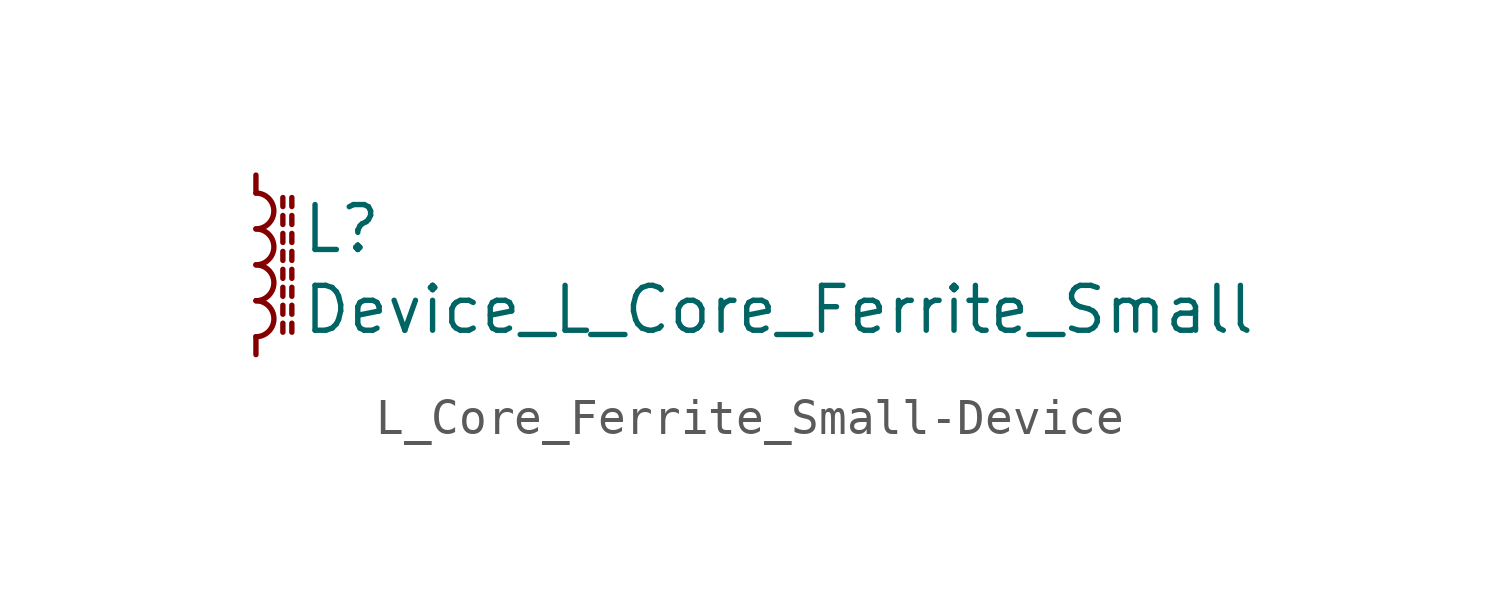
<source format=kicad_sym>
(kicad_symbol_lib
  (version 20220914)
  (generator kicad_symbol_editor)
  (symbol "L_Core_Ferrite_Small-Device"
    (pin_numbers hide)
    (pin_names
      (offset 0.254) hide)
    (property "Reference" "L"
      (at 1.27 1.016 0)
      (effects (font (size 1.27 1.27)) (justify left)))
    (property "Value" "Device_L_Core_Ferrite_Small"
      (at 1.27 -1.27 0)
      (effects (font (size 1.27 1.27)) (justify left)))
    (symbol "L_Core_Ferrite_Small-Device_0_1"
      (arc (start 0 -2.032) (mid 0.508 -1.524) (end 0 -1.016) (stroke (width 0) (type solid)) (fill (type none)))
      (arc (start 0 -1.016) (mid 0.508 -0.508) (end 0 0) (stroke (width 0) (type solid)) (fill (type none)))
      (polyline (pts (xy 0.762 -1.905) (xy 0.762 -1.651)) (stroke (width 0) (type solid)) (fill (type none)))
      (polyline (pts (xy 0.762 -1.397) (xy 0.762 -1.143)) (stroke (width 0) (type solid)) (fill (type none)))
      (polyline (pts (xy 0.762 -0.889) (xy 0.762 -0.635)) (stroke (width 0) (type solid)) (fill (type none)))
      (polyline (pts (xy 0.762 -0.381) (xy 0.762 -0.127)) (stroke (width 0) (type solid)) (fill (type none)))
      (polyline (pts (xy 0.762 0.127) (xy 0.762 0.381)) (stroke (width 0) (type solid)) (fill (type none)))
      (polyline (pts (xy 0.762 0.635) (xy 0.762 0.889)) (stroke (width 0) (type solid)) (fill (type none)))
      (polyline (pts (xy 0.762 1.143) (xy 0.762 1.397)) (stroke (width 0) (type solid)) (fill (type none)))
      (polyline (pts (xy 0.762 1.651) (xy 0.762 1.905)) (stroke (width 0) (type solid)) (fill (type none)))
      (polyline (pts (xy 1.016 -1.651) (xy 1.016 -1.905)) (stroke (width 0) (type solid)) (fill (type none)))
      (polyline (pts (xy 1.016 -1.143) (xy 1.016 -1.397)) (stroke (width 0) (type solid)) (fill (type none)))
      (polyline (pts (xy 1.016 -0.635) (xy 1.016 -0.889)) (stroke (width 0) (type solid)) (fill (type none)))
      (polyline (pts (xy 1.016 -0.127) (xy 1.016 -0.381)) (stroke (width 0) (type solid)) (fill (type none)))
      (polyline (pts (xy 1.016 0.381) (xy 1.016 0.127)) (stroke (width 0) (type solid)) (fill (type none)))
      (polyline (pts (xy 1.016 0.889) (xy 1.016 0.635)) (stroke (width 0) (type solid)) (fill (type none)))
      (polyline (pts (xy 1.016 1.397) (xy 1.016 1.143)) (stroke (width 0) (type solid)) (fill (type none)))
      (polyline (pts (xy 1.016 1.905) (xy 1.016 1.651)) (stroke (width 0) (type solid)) (fill (type none)))
      (arc (start 0 0) (mid 0.508 0.508) (end 0 1.016) (stroke (width 0) (type solid)) (fill (type none)))
      (arc (start 0 1.016) (mid 0.508 1.524) (end 0 2.032) (stroke (width 0) (type solid)) (fill (type none))))
    (symbol "L_Core_Ferrite_Small-Device_1_1"
      (pin passive line (at 0 2.54 270) (length 0.508) (name "~" (effects (font (size 1.27 1.27)))) (number "1" (effects (font (size 1.27 1.27)))))
      (pin passive line (at 0 -2.54 90) (length 0.508) (name "~" (effects (font (size 1.27 1.27)))) (number "2" (effects (font (size 1.27 1.27))))))))
</source>
